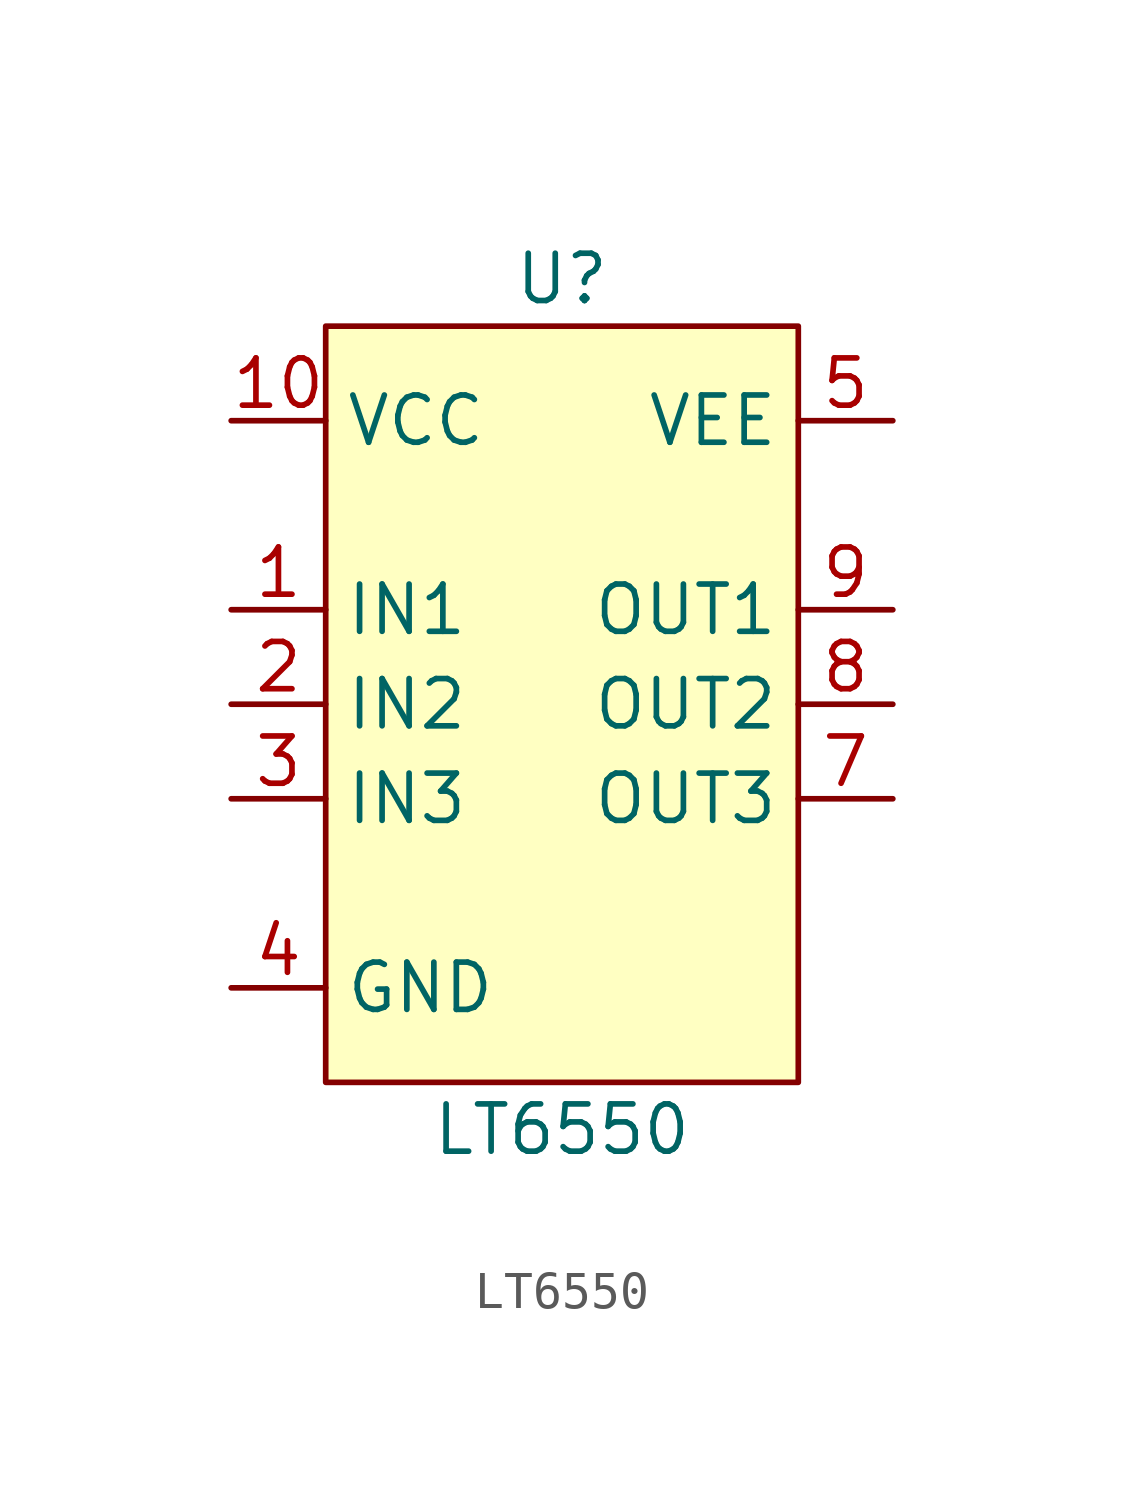
<source format=kicad_sym>
(kicad_symbol_lib
  (version 20211014)
  (generator kicad_symbol_editor)
  (symbol "LT6550"
    (property "Reference" "U"
      (at 0 11.43 0)
      (effects (font (size 1.27 1.27))))
    (property "Value" "LT6550"
      (at 0 -11.43 0)
      (effects (font (size 1.27 1.27))))
    (symbol "LT6550_0_1"
      (rectangle (start -6.35 10.16) (end 6.35 -10.16) (stroke (width 0) (type default) (color 0 0 0 0)) (fill (type background))))
    (symbol "LT6550_1_1"
      (pin input line (at -8.89 2.54 0) (length 2.54) (name "IN1" (effects (font (size 1.27 1.27)))) (number "1" (effects (font (size 1.27 1.27)))))
      (pin input line (at -8.89 7.62 0) (length 2.54) (name "VCC" (effects (font (size 1.27 1.27)))) (number "10" (effects (font (size 1.27 1.27)))))
      (pin input line (at -8.89 0 0) (length 2.54) (name "IN2" (effects (font (size 1.27 1.27)))) (number "2" (effects (font (size 1.27 1.27)))))
      (pin input line (at -8.89 -2.54 0) (length 2.54) (name "IN3" (effects (font (size 1.27 1.27)))) (number "3" (effects (font (size 1.27 1.27)))))
      (pin input line (at -8.89 -7.62 0) (length 2.54) (name "GND" (effects (font (size 1.27 1.27)))) (number "4" (effects (font (size 1.27 1.27)))))
      (pin input line (at 8.89 7.62 180) (length 2.54) (name "VEE" (effects (font (size 1.27 1.27)))) (number "5" (effects (font (size 1.27 1.27)))))
      (pin input line (at 8.89 -2.54 180) (length 2.54) (name "OUT3" (effects (font (size 1.27 1.27)))) (number "7" (effects (font (size 1.27 1.27)))))
      (pin input line (at 8.89 0 180) (length 2.54) (name "OUT2" (effects (font (size 1.27 1.27)))) (number "8" (effects (font (size 1.27 1.27)))))
      (pin input line (at 8.89 2.54 180) (length 2.54) (name "OUT1" (effects (font (size 1.27 1.27)))) (number "9" (effects (font (size 1.27 1.27))))))))
</source>
